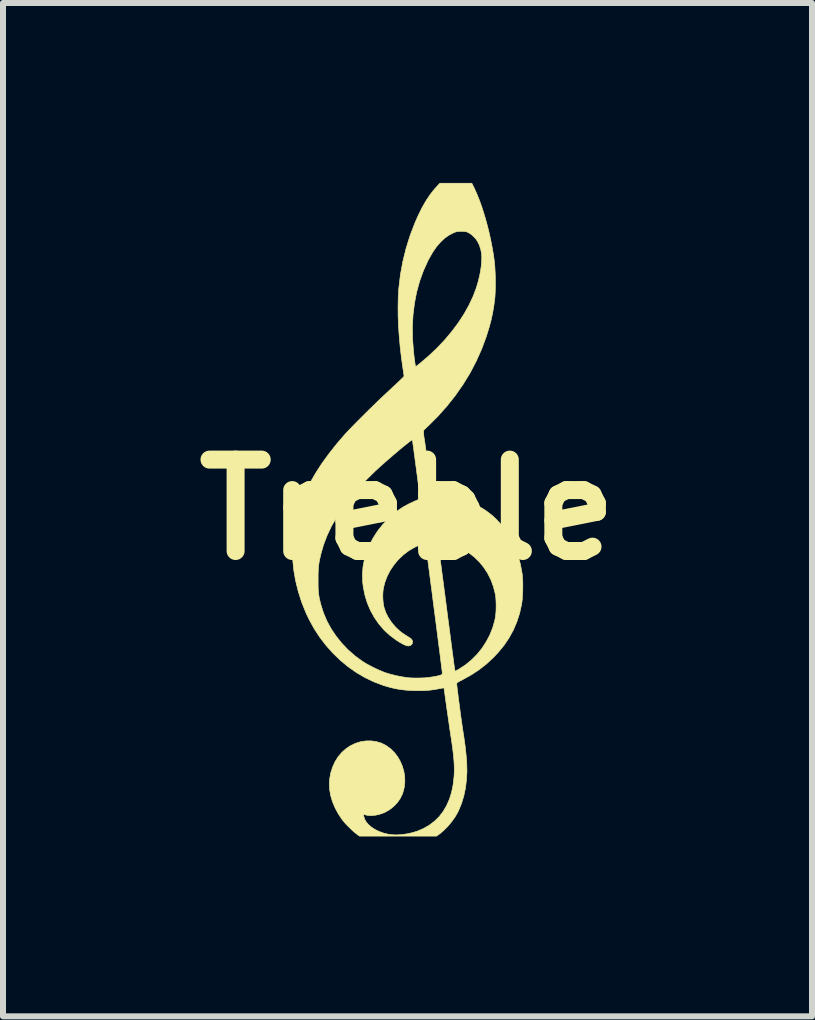
<source format=kicad_pcb>
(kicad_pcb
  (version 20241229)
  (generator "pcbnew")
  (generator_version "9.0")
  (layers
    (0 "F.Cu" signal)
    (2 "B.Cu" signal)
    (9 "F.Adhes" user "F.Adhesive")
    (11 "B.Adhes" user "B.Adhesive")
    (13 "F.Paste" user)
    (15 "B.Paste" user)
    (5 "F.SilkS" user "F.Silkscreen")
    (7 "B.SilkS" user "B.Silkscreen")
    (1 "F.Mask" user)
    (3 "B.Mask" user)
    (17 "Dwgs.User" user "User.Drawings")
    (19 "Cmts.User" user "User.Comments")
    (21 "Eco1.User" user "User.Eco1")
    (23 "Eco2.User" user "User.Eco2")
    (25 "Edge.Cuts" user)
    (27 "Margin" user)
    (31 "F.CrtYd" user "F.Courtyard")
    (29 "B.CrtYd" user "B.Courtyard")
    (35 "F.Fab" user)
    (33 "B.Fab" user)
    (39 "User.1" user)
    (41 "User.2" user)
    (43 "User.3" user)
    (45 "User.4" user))
  (footprint "Treble"
    (layer "F.Cu")
    (at 3.745 5.448)
    (property "Reference" "Treble" (at 0 0 0) (layer "F.SilkS") (effects (font (size 1.524 1.524) (thickness 0.3))))
    (attr through_hole)
    (fp_poly (pts (xy 1.113 -5.361) (xy 1.156 -5.265) (xy 1.199 -5.158) (xy 1.241 -5.04) (xy 1.281 -4.914) (xy 1.319 -4.782) (xy 1.354 -4.646) (xy 1.385 -4.508) (xy 1.412 -4.37) (xy 1.435 -4.235) (xy 1.448 -4.137) (xy 1.454 -4.079) (xy 1.458 -4.012) (xy 1.462 -3.937) (xy 1.464 -3.858) (xy 1.465 -3.778) (xy 1.464 -3.7) (xy 1.462 -3.629) (xy 1.459 -3.566) (xy 1.456 -3.529) (xy 1.44 -3.404) (xy 1.42 -3.285) (xy 1.395 -3.167) (xy 1.363 -3.047) (xy 1.324 -2.921) (xy 1.314 -2.888) (xy 1.237 -2.68) (xy 1.146 -2.477) (xy 1.043 -2.279) (xy 0.926 -2.088) (xy 0.796 -1.902) (xy 0.654 -1.723) (xy 0.5 -1.551) (xy 0.372 -1.423) (xy 0.269 -1.324) (xy 0.269 -1.28) (xy 0.27 -1.249) (xy 0.274 -1.212) (xy 0.279 -1.182) (xy 0.282 -1.167) (xy 0.286 -1.14) (xy 0.291 -1.102) (xy 0.298 -1.055) (xy 0.306 -0.999) (xy 0.314 -0.938) (xy 0.323 -0.871) (xy 0.333 -0.8) (xy 0.342 -0.728) (xy 0.352 -0.655) (xy 0.362 -0.584) (xy 0.371 -0.515) (xy 0.379 -0.449) (xy 0.387 -0.39) (xy 0.394 -0.338) (xy 0.399 -0.294) (xy 0.403 -0.26) (xy 0.406 -0.238) (xy 0.406 -0.229) (xy 0.408 -0.225) (xy 0.415 -0.222) (xy 0.428 -0.22) (xy 0.451 -0.218) (xy 0.484 -0.218) (xy 0.522 -0.218) (xy 0.669 -0.211) (xy 0.809 -0.192) (xy 0.944 -0.159) (xy 1.071 -0.114) (xy 1.193 -0.055) (xy 1.307 0.016) (xy 1.415 0.099) (xy 1.483 0.163) (xy 1.577 0.266) (xy 1.66 0.38) (xy 1.733 0.502) (xy 1.795 0.633) (xy 1.845 0.772) (xy 1.884 0.919) (xy 1.912 1.073) (xy 1.913 1.081) (xy 1.918 1.14) (xy 1.922 1.209) (xy 1.922 1.284) (xy 1.921 1.361) (xy 1.917 1.437) (xy 1.912 1.506) (xy 1.904 1.567) (xy 1.902 1.578) (xy 1.869 1.728) (xy 1.823 1.87) (xy 1.765 2.006) (xy 1.694 2.136) (xy 1.61 2.261) (xy 1.512 2.38) (xy 1.433 2.464) (xy 1.317 2.572) (xy 1.193 2.669) (xy 1.061 2.756) (xy 0.918 2.835) (xy 0.917 2.836) (xy 0.879 2.855) (xy 0.852 2.87) (xy 0.835 2.88) (xy 0.825 2.889) (xy 0.821 2.897) (xy 0.82 2.903) (xy 0.821 2.917) (xy 0.824 2.943) (xy 0.828 2.981) (xy 0.834 3.028) (xy 0.841 3.082) (xy 0.848 3.143) (xy 0.857 3.208) (xy 0.866 3.276) (xy 0.875 3.345) (xy 0.884 3.413) (xy 0.893 3.479) (xy 0.902 3.541) (xy 0.91 3.598) (xy 0.917 3.647) (xy 0.922 3.678) (xy 0.938 3.78) (xy 0.951 3.871) (xy 0.962 3.953) (xy 0.97 4.026) (xy 0.977 4.095) (xy 0.983 4.161) (xy 0.987 4.215) (xy 0.991 4.36) (xy 0.983 4.503) (xy 0.966 4.642) (xy 0.938 4.775) (xy 0.9 4.9) (xy 0.852 5.016) (xy 0.84 5.041) (xy 0.793 5.123) (xy 0.735 5.204) (xy 0.671 5.281) (xy 0.602 5.35) (xy 0.543 5.4) (xy 0.485 5.443) (xy -0.802 5.443) (xy -0.853 5.405) (xy -0.892 5.373) (xy -0.937 5.332) (xy -0.983 5.287) (xy -1.028 5.241) (xy -1.067 5.196) (xy -1.094 5.163) (xy -1.157 5.067) (xy -1.21 4.968) (xy -1.252 4.867) (xy -1.282 4.765) (xy -1.299 4.665) (xy -1.304 4.567) (xy -1.3 4.502) (xy -1.282 4.395) (xy -1.251 4.296) (xy -1.21 4.204) (xy -1.157 4.12) (xy -1.094 4.046) (xy -1.021 3.982) (xy -0.949 3.934) (xy -0.868 3.896) (xy -0.783 3.869) (xy -0.695 3.856) (xy -0.607 3.855) (xy -0.522 3.867) (xy -0.44 3.891) (xy -0.43 3.895) (xy -0.352 3.936) (xy -0.282 3.987) (xy -0.219 4.049) (xy -0.165 4.119) (xy -0.121 4.196) (xy -0.086 4.278) (xy -0.061 4.365) (xy -0.047 4.453) (xy -0.045 4.543) (xy -0.055 4.633) (xy -0.078 4.72) (xy -0.087 4.744) (xy -0.123 4.818) (xy -0.172 4.887) (xy -0.232 4.949) (xy -0.3 5.003) (xy -0.376 5.046) (xy -0.412 5.061) (xy -0.478 5.083) (xy -0.544 5.096) (xy -0.607 5.101) (xy -0.663 5.098) (xy -0.694 5.091) (xy -0.714 5.085) (xy -0.729 5.081) (xy -0.732 5.08) (xy -0.733 5.086) (xy -0.731 5.102) (xy -0.73 5.111) (xy -0.715 5.161) (xy -0.687 5.209) (xy -0.648 5.254) (xy -0.598 5.296) (xy -0.539 5.334) (xy -0.473 5.366) (xy -0.401 5.392) (xy -0.324 5.411) (xy -0.262 5.42) (xy -0.187 5.423) (xy -0.105 5.418) (xy -0.019 5.407) (xy 0.067 5.389) (xy 0.149 5.365) (xy 0.159 5.362) (xy 0.265 5.317) (xy 0.362 5.261) (xy 0.449 5.195) (xy 0.527 5.119) (xy 0.594 5.032) (xy 0.651 4.935) (xy 0.698 4.829) (xy 0.734 4.714) (xy 0.76 4.589) (xy 0.775 4.455) (xy 0.776 4.445) (xy 0.779 4.389) (xy 0.78 4.333) (xy 0.779 4.275) (xy 0.776 4.215) (xy 0.771 4.149) (xy 0.764 4.077) (xy 0.754 3.996) (xy 0.742 3.906) (xy 0.727 3.803) (xy 0.722 3.774) (xy 0.716 3.73) (xy 0.707 3.675) (xy 0.698 3.61) (xy 0.688 3.539) (xy 0.677 3.464) (xy 0.666 3.387) (xy 0.655 3.312) (xy 0.652 3.291) (xy 0.643 3.225) (xy 0.634 3.163) (xy 0.627 3.108) (xy 0.62 3.06) (xy 0.614 3.02) (xy 0.61 2.992) (xy 0.608 2.975) (xy 0.607 2.971) (xy 0.6 2.972) (xy 0.581 2.975) (xy 0.554 2.98) (xy 0.521 2.986) (xy 0.519 2.987) (xy 0.446 3) (xy 0.378 3.009) (xy 0.309 3.015) (xy 0.236 3.018) (xy 0.154 3.018) (xy 0.114 3.017) (xy 0.004 3.012) (xy -0.097 3.002) (xy -0.194 2.986) (xy -0.29 2.964) (xy -0.392 2.934) (xy -0.413 2.927) (xy -0.565 2.869) (xy -0.713 2.798) (xy -0.855 2.714) (xy -0.992 2.618) (xy -1.121 2.511) (xy -1.243 2.393) (xy -1.357 2.266) (xy -1.462 2.129) (xy -1.557 1.984) (xy -1.641 1.831) (xy -1.694 1.72) (xy -1.765 1.543) (xy -1.822 1.363) (xy -1.867 1.182) (xy -1.868 1.176) (xy -1.491 1.176) (xy -1.491 1.245) (xy -1.49 1.302) (xy -1.488 1.351) (xy -1.484 1.394) (xy -1.478 1.435) (xy -1.471 1.476) (xy -1.461 1.52) (xy -1.448 1.571) (xy -1.444 1.588) (xy -1.4 1.725) (xy -1.343 1.859) (xy -1.273 1.987) (xy -1.19 2.11) (xy -1.096 2.227) (xy -0.992 2.336) (xy -0.877 2.437) (xy -0.752 2.529) (xy -0.751 2.529) (xy -0.706 2.558) (xy -0.65 2.589) (xy -0.589 2.621) (xy -0.526 2.652) (xy -0.464 2.68) (xy -0.407 2.704) (xy -0.373 2.717) (xy -0.287 2.743) (xy -0.192 2.767) (xy -0.097 2.786) (xy -0.005 2.8) (xy 0.033 2.804) (xy 0.073 2.806) (xy 0.124 2.807) (xy 0.179 2.807) (xy 0.234 2.806) (xy 0.284 2.804) (xy 0.32 2.801) (xy 0.368 2.795) (xy 0.416 2.788) (xy 0.462 2.78) (xy 0.503 2.772) (xy 0.536 2.764) (xy 0.558 2.756) (xy 0.565 2.753) (xy 0.575 2.744) (xy 0.579 2.733) (xy 0.579 2.713) (xy 0.578 2.708) (xy 0.577 2.694) (xy 0.573 2.666) (xy 0.568 2.627) (xy 0.562 2.576) (xy 0.554 2.516) (xy 0.546 2.446) (xy 0.536 2.369) (xy 0.525 2.284) (xy 0.513 2.193) (xy 0.501 2.097) (xy 0.488 1.996) (xy 0.475 1.893) (xy 0.461 1.787) (xy 0.447 1.679) (xy 0.433 1.572) (xy 0.419 1.464) (xy 0.406 1.359) (xy 0.392 1.255) (xy 0.379 1.156) (xy 0.367 1.06) (xy 0.355 0.971) (xy 0.344 0.887) (xy 0.334 0.811) (xy 0.325 0.743) (xy 0.318 0.684) (xy 0.311 0.636) (xy 0.306 0.598) (xy 0.303 0.573) (xy 0.301 0.561) (xy 0.301 0.56) (xy 0.292 0.56) (xy 0.272 0.565) (xy 0.245 0.574) (xy 0.212 0.586) (xy 0.177 0.6) (xy 0.143 0.616) (xy 0.118 0.628) (xy 0.02 0.685) (xy -0.07 0.754) (xy -0.152 0.831) (xy -0.225 0.918) (xy -0.288 1.011) (xy -0.339 1.109) (xy -0.378 1.212) (xy -0.404 1.317) (xy -0.41 1.373) (xy -0.413 1.437) (xy -0.41 1.502) (xy -0.404 1.566) (xy -0.394 1.621) (xy -0.392 1.629) (xy -0.363 1.714) (xy -0.321 1.797) (xy -0.268 1.877) (xy -0.206 1.951) (xy -0.171 1.986) (xy -0.146 2.009) (xy -0.123 2.029) (xy -0.098 2.048) (xy -0.068 2.069) (xy -0.032 2.093) (xy 0.008 2.118) (xy 0.041 2.14) (xy 0.063 2.157) (xy 0.075 2.173) (xy 0.082 2.189) (xy 0.083 2.208) (xy 0.08 2.231) (xy 0.07 2.248) (xy 0.063 2.254) (xy 0.043 2.267) (xy 0.021 2.272) (xy -0.006 2.27) (xy -0.038 2.26) (xy -0.078 2.241) (xy -0.126 2.214) (xy -0.183 2.178) (xy -0.189 2.174) (xy -0.295 2.095) (xy -0.391 2.006) (xy -0.477 1.907) (xy -0.552 1.799) (xy -0.616 1.684) (xy -0.669 1.561) (xy -0.709 1.432) (xy -0.737 1.296) (xy -0.748 1.208) (xy -0.752 1.083) (xy -0.743 0.958) (xy -0.72 0.833) (xy -0.684 0.709) (xy -0.635 0.588) (xy -0.611 0.543) (xy 0.507 0.543) (xy 0.511 0.571) (xy 0.512 0.581) (xy 0.515 0.605) (xy 0.52 0.642) (xy 0.527 0.69) (xy 0.535 0.75) (xy 0.544 0.82) (xy 0.554 0.899) (xy 0.566 0.987) (xy 0.578 1.082) (xy 0.592 1.185) (xy 0.606 1.293) (xy 0.621 1.407) (xy 0.636 1.525) (xy 0.65 1.629) (xy 0.668 1.774) (xy 0.686 1.904) (xy 0.701 2.022) (xy 0.715 2.127) (xy 0.727 2.221) (xy 0.738 2.304) (xy 0.747 2.376) (xy 0.756 2.439) (xy 0.763 2.493) (xy 0.769 2.539) (xy 0.774 2.577) (xy 0.779 2.608) (xy 0.782 2.633) (xy 0.785 2.653) (xy 0.788 2.667) (xy 0.79 2.678) (xy 0.791 2.685) (xy 0.792 2.689) (xy 0.793 2.691) (xy 0.794 2.692) (xy 0.795 2.692) (xy 0.803 2.689) (xy 0.82 2.68) (xy 0.843 2.667) (xy 0.858 2.659) (xy 0.966 2.588) (xy 1.067 2.505) (xy 1.159 2.413) (xy 1.241 2.312) (xy 1.312 2.202) (xy 1.373 2.087) (xy 1.421 1.966) (xy 1.456 1.841) (xy 1.463 1.803) (xy 1.47 1.754) (xy 1.475 1.696) (xy 1.477 1.631) (xy 1.477 1.566) (xy 1.474 1.503) (xy 1.47 1.447) (xy 1.463 1.405) (xy 1.432 1.283) (xy 1.389 1.167) (xy 1.335 1.06) (xy 1.27 0.961) (xy 1.196 0.87) (xy 1.112 0.789) (xy 1.021 0.719) (xy 0.921 0.659) (xy 0.815 0.611) (xy 0.702 0.575) (xy 0.584 0.552) (xy 0.553 0.548) (xy 0.507 0.543) (xy -0.611 0.543) (xy -0.573 0.471) (xy -0.5 0.357) (xy -0.415 0.25) (xy -0.319 0.149) (xy -0.318 0.148) (xy -0.236 0.073) (xy -0.154 0.009) (xy -0.07 -0.047) (xy 0.021 -0.096) (xy 0.121 -0.143) (xy 0.127 -0.145) (xy 0.161 -0.159) (xy 0.183 -0.17) (xy 0.197 -0.178) (xy 0.204 -0.185) (xy 0.206 -0.193) (xy 0.206 -0.2) (xy 0.205 -0.213) (xy 0.202 -0.238) (xy 0.198 -0.275) (xy 0.192 -0.321) (xy 0.186 -0.375) (xy 0.178 -0.435) (xy 0.17 -0.501) (xy 0.161 -0.57) (xy 0.151 -0.642) (xy 0.142 -0.714) (xy 0.132 -0.785) (xy 0.123 -0.855) (xy 0.114 -0.921) (xy 0.106 -0.982) (xy 0.099 -1.037) (xy 0.092 -1.083) (xy 0.087 -1.12) (xy 0.083 -1.147) (xy 0.081 -1.161) (xy 0.08 -1.163) (xy 0.073 -1.161) (xy 0.056 -1.15) (xy 0.03 -1.131) (xy -0.003 -1.105) (xy -0.043 -1.073) (xy -0.088 -1.037) (xy -0.137 -0.996) (xy -0.19 -0.951) (xy -0.244 -0.905) (xy -0.299 -0.857) (xy -0.355 -0.809) (xy -0.409 -0.761) (xy -0.461 -0.715) (xy -0.509 -0.67) (xy -0.539 -0.643) (xy -0.695 -0.49) (xy -0.838 -0.336) (xy -0.967 -0.183) (xy -1.082 -0.029) (xy -1.182 0.125) (xy -1.269 0.278) (xy -1.342 0.432) (xy -1.4 0.584) (xy -1.443 0.734) (xy -1.457 0.794) (xy -1.469 0.847) (xy -1.477 0.895) (xy -1.483 0.943) (xy -1.487 0.992) (xy -1.49 1.047) (xy -1.491 1.11) (xy -1.491 1.176) (xy -1.868 1.176) (xy -1.898 1.001) (xy -1.916 0.82) (xy -1.92 0.641) (xy -1.911 0.463) (xy -1.888 0.289) (xy -1.868 0.189) (xy -1.826 0.031) (xy -1.773 -0.127) (xy -1.706 -0.286) (xy -1.627 -0.445) (xy -1.535 -0.605) (xy -1.43 -0.768) (xy -1.311 -0.932) (xy -1.179 -1.099) (xy -1.063 -1.234) (xy -1.024 -1.277) (xy -0.976 -1.328) (xy -0.919 -1.387) (xy -0.856 -1.452) (xy -0.787 -1.521) (xy -0.715 -1.593) (xy -0.64 -1.667) (xy -0.563 -1.742) (xy -0.487 -1.816) (xy -0.411 -1.888) (xy -0.339 -1.956) (xy -0.285 -2.006) (xy -0.237 -2.051) (xy -0.192 -2.092) (xy -0.152 -2.13) (xy -0.118 -2.163) (xy -0.09 -2.19) (xy -0.07 -2.21) (xy -0.06 -2.222) (xy -0.058 -2.224) (xy -0.059 -2.235) (xy -0.062 -2.256) (xy -0.067 -2.287) (xy -0.072 -2.324) (xy -0.076 -2.349) (xy -0.101 -2.527) (xy -0.122 -2.705) (xy -0.138 -2.883) (xy -0.15 -3.051) (xy 0.081 -3.051) (xy 0.084 -2.847) (xy 0.1 -2.637) (xy 0.109 -2.555) (xy 0.116 -2.501) (xy 0.122 -2.46) (xy 0.126 -2.43) (xy 0.129 -2.41) (xy 0.132 -2.397) (xy 0.135 -2.39) (xy 0.137 -2.388) (xy 0.138 -2.388) (xy 0.146 -2.392) (xy 0.162 -2.404) (xy 0.185 -2.421) (xy 0.211 -2.442) (xy 0.359 -2.569) (xy 0.497 -2.7) (xy 0.625 -2.836) (xy 0.742 -2.976) (xy 0.848 -3.118) (xy 0.942 -3.262) (xy 1.023 -3.407) (xy 1.092 -3.553) (xy 1.147 -3.698) (xy 1.179 -3.806) (xy 1.201 -3.896) (xy 1.218 -3.984) (xy 1.23 -4.069) (xy 1.236 -4.147) (xy 1.238 -4.216) (xy 1.234 -4.274) (xy 1.234 -4.275) (xy 1.219 -4.345) (xy 1.196 -4.414) (xy 1.166 -4.475) (xy 1.164 -4.478) (xy 1.136 -4.517) (xy 1.1 -4.555) (xy 1.061 -4.59) (xy 1.022 -4.615) (xy 1.011 -4.621) (xy 0.989 -4.631) (xy 0.97 -4.636) (xy 0.948 -4.639) (xy 0.919 -4.641) (xy 0.896 -4.641) (xy 0.859 -4.64) (xy 0.832 -4.637) (xy 0.809 -4.632) (xy 0.784 -4.624) (xy 0.775 -4.62) (xy 0.696 -4.58) (xy 0.622 -4.529) (xy 0.553 -4.465) (xy 0.486 -4.388) (xy 0.423 -4.297) (xy 0.363 -4.193) (xy 0.341 -4.152) (xy 0.265 -3.984) (xy 0.202 -3.809) (xy 0.152 -3.628) (xy 0.116 -3.442) (xy 0.092 -3.249) (xy 0.081 -3.051) (xy -0.15 -3.051) (xy -0.15 -3.057) (xy -0.157 -3.225) (xy -0.158 -3.386) (xy -0.155 -3.538) (xy -0.147 -3.679) (xy -0.145 -3.694) (xy -0.119 -3.917) (xy -0.078 -4.139) (xy -0.024 -4.358) (xy 0.043 -4.572) (xy 0.123 -4.781) (xy 0.175 -4.899) (xy 0.239 -5.03) (xy 0.306 -5.147) (xy 0.375 -5.251) (xy 0.448 -5.344) (xy 0.5 -5.401) (xy 0.54 -5.443) (xy 1.072 -5.443) (xy 1.113 -5.361)) (stroke (width 0.01) (type solid)) (fill yes) (layer "F.SilkS")))
  (gr_rect
    (start -3 -3)
    (end 10.489 13.896)
    (stroke (width 0.1) (type default))
    (fill no)
    (layer "Edge.Cuts")))
</source>
